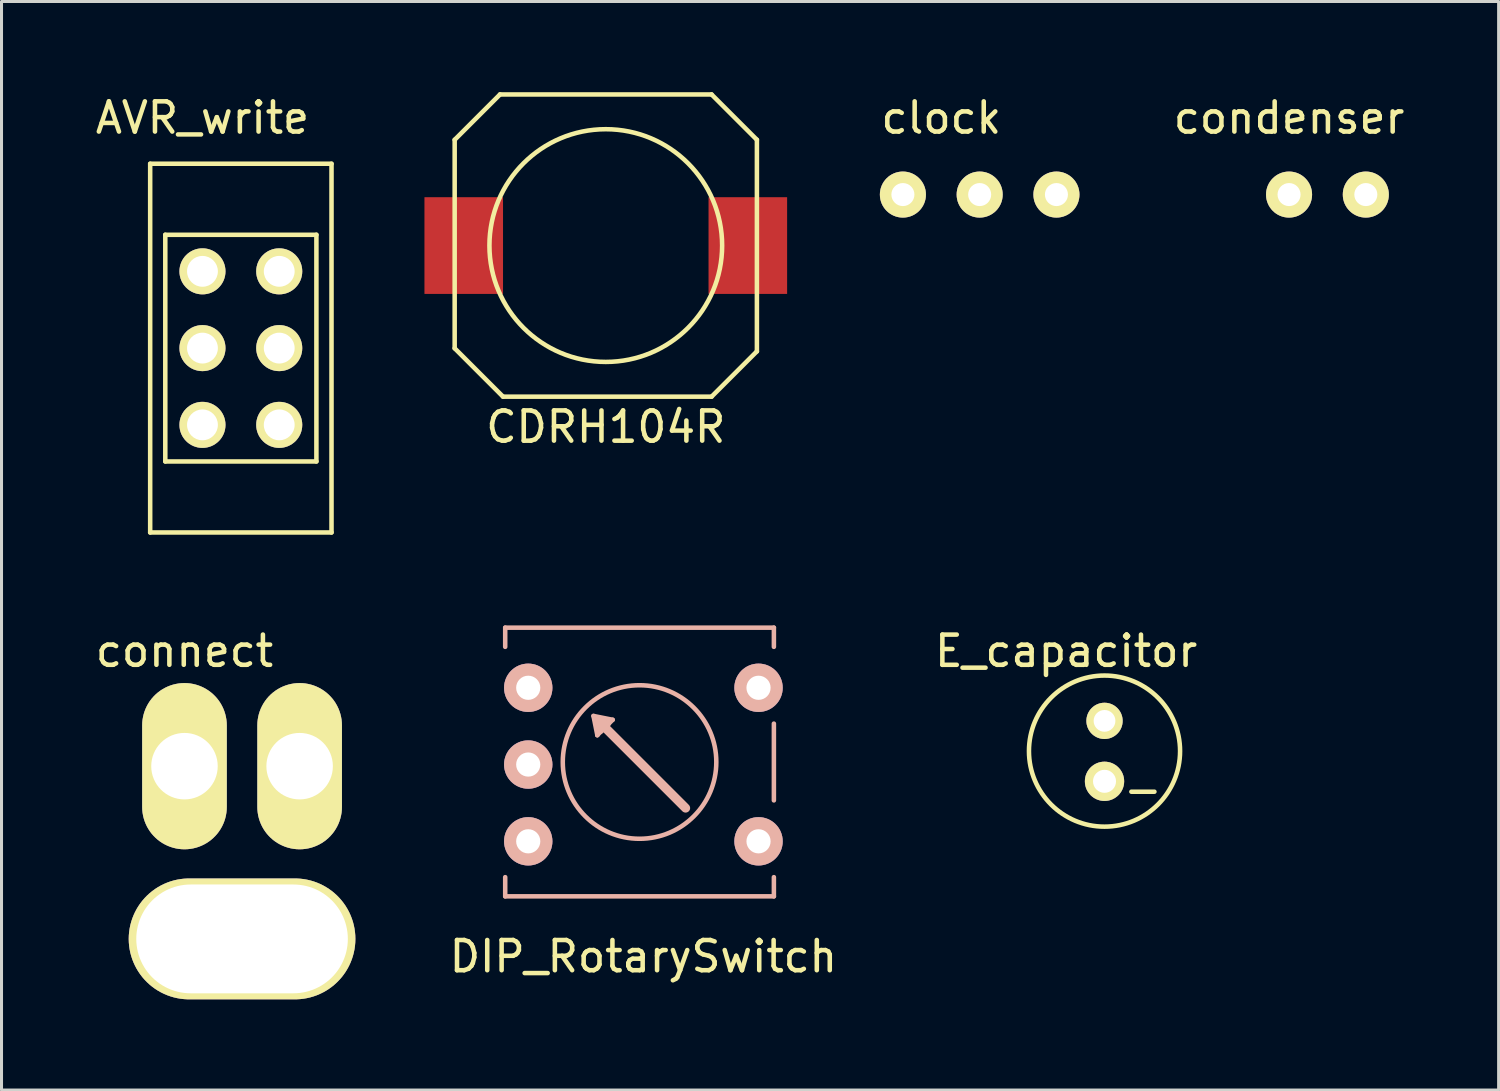
<source format=kicad_pcb>
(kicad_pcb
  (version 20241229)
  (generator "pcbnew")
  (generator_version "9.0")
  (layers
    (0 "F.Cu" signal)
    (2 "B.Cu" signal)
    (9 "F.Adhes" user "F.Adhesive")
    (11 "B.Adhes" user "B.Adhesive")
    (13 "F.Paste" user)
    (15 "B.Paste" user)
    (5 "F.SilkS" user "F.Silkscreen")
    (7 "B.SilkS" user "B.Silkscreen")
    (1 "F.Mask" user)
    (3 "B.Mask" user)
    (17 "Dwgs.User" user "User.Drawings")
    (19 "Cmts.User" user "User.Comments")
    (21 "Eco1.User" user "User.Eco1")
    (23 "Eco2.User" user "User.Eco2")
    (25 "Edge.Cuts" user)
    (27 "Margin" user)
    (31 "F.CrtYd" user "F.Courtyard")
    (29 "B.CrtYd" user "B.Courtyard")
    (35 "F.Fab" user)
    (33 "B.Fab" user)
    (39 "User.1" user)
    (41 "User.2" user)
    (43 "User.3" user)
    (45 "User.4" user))
  (footprint "CDRH104R"
    (layer "F.Cu")
    (at 16.994 5.075)
    (property "Reference" "CDRH104R" (at 0 6 0) (layer "F.SilkS") (effects (font (size 1 1) (thickness 0.15))))
    (attr through_hole)
    (fp_line (start -5 3.4) (end -5 -3.5) (stroke (width 0.15) (type solid)) (layer "F.SilkS"))
    (fp_line (start -3.5 -5) (end -5 -3.5) (stroke (width 0.15) (type solid)) (layer "F.SilkS"))
    (fp_line (start -3.5 -5) (end 3.5 -5) (stroke (width 0.15) (type solid)) (layer "F.SilkS"))
    (fp_line (start -3.4 5) (end -5 3.4) (stroke (width 0.15) (type solid)) (layer "F.SilkS"))
    (fp_line (start 3.5 5) (end -3.4 5) (stroke (width 0.15) (type solid)) (layer "F.SilkS"))
    (fp_line (start 5 -3.5) (end 3.5 -5) (stroke (width 0.15) (type solid)) (layer "F.SilkS"))
    (fp_line (start 5 -3.5) (end 5 3.5) (stroke (width 0.15) (type solid)) (layer "F.SilkS"))
    (fp_line (start 5 3.5) (end 3.5 5) (stroke (width 0.15) (type solid)) (layer "F.SilkS"))
    (fp_circle (center 0 0) (end 0 3.85) (stroke (width 0.15) (type solid)) (fill no) (layer "F.SilkS"))
    (pad "1" smd rect (at -4.7 0) (size 2.6 3.2) (layers "F.Cu" "F.Mask" "F.Paste"))
    (pad "2" smd rect (at 4.7 0) (size 2.6 3.2) (layers "F.Cu" "F.Mask" "F.Paste")))
  (footprint "connect"
    (layer "F.Cu")
    (at 5.594 26.111)
    (property "Reference" "connect" (at -2.54 -7.62 0) (layer "F.SilkS") (effects (font (size 1 1) (thickness 0.15))))
    (attr through_hole)
    (pad "1" thru_hole oval (at -2.54 -3.81) (size 2.8 5.5) (drill 2.2) (layers "*.Cu" "*.Mask" "F.SilkS"))
    (pad "2" thru_hole oval (at 1.27 -3.81) (size 2.8 5.5) (drill 2.2) (layers "*.Cu" "*.Mask" "F.SilkS"))
    (pad "~" thru_hole oval (at -0.635 1.905) (size 7.5 4) (drill oval 7 3.6) (layers "*.Cu" "*.Mask" "F.SilkS")))
  (footprint "AVR_write"
    (layer "F.Cu")
    (at 4.919 8.468)
    (property "Reference" "AVR_write" (at -1.27 -7.62 0) (layer "F.SilkS") (effects (font (size 1 1) (thickness 0.15))))
    (attr through_hole)
    (fp_line (start -3 -6.1) (end 3 -6.1) (stroke (width 0.15) (type solid)) (layer "F.SilkS"))
    (fp_line (start -3 6.1) (end -3 -6.1) (stroke (width 0.15) (type solid)) (layer "F.SilkS"))
    (fp_line (start -2.5 -3.75) (end 2.5 -3.75) (stroke (width 0.15) (type solid)) (layer "F.SilkS"))
    (fp_line (start -2.5 3.75) (end -2.5 -3.75) (stroke (width 0.15) (type solid)) (layer "F.SilkS"))
    (fp_line (start 2.5 -3.75) (end 2.5 3.75) (stroke (width 0.15) (type solid)) (layer "F.SilkS"))
    (fp_line (start 2.5 3.75) (end -2.5 3.75) (stroke (width 0.15) (type solid)) (layer "F.SilkS"))
    (fp_line (start 3 -6.1) (end 3 6.1) (stroke (width 0.15) (type solid)) (layer "F.SilkS"))
    (fp_line (start 3 6.1) (end -3 6.1) (stroke (width 0.15) (type solid)) (layer "F.SilkS"))
    (pad "1" thru_hole circle (at -1.27 -2.54) (size 1.524 1.524) (drill 1.02) (layers "*.Cu" "*.Mask" "F.SilkS"))
    (pad "2" thru_hole circle (at -1.27 0) (size 1.524 1.524) (drill 1.02) (layers "*.Cu" "*.Mask" "F.SilkS"))
    (pad "3" thru_hole circle (at -1.27 2.54) (size 1.524 1.524) (drill 1.02) (layers "*.Cu" "*.Mask" "F.SilkS"))
    (pad "4" thru_hole circle (at 1.27 2.54) (size 1.524 1.524) (drill 1.02) (layers "*.Cu" "*.Mask" "F.SilkS"))
    (pad "5" thru_hole circle (at 1.27 0) (size 1.524 1.524) (drill 1.02) (layers "*.Cu" "*.Mask" "F.SilkS"))
    (pad "6" thru_hole circle (at 1.27 -2.54) (size 1.524 1.524) (drill 1.02) (layers "*.Cu" "*.Mask" "F.SilkS")))
  (footprint "DIP_RotarySwitch"
    (layer "F.Cu")
    (at 18.238 22.247)
    (property "Reference" "DIP_RotarySwitch" (at 0 6.35 0) (layer "F.SilkS") (effects (font (size 1 1) (thickness 0.15))))
    (attr through_hole)
    (fp_line (start -4.572 -4.529) (end -4.572 -3.894) (stroke (width 0.15) (type solid)) (layer "B.SilkS"))
    (fp_line (start -4.572 4.361) (end -4.572 3.726) (stroke (width 0.15) (type solid)) (layer "B.SilkS"))
    (fp_line (start -1.651 -1.608) (end -1.524 -0.973) (stroke (width 0.15) (type solid)) (layer "B.SilkS"))
    (fp_line (start -1.651 -1.608) (end -1.016 -1.481) (stroke (width 0.15) (type solid)) (layer "B.SilkS"))
    (fp_line (start -1.524 -1.354) (end -1.397 -1.1) (stroke (width 0.15) (type solid)) (layer "B.SilkS"))
    (fp_line (start -1.524 -0.973) (end -1.524 -1.354) (stroke (width 0.15) (type solid)) (layer "B.SilkS"))
    (fp_line (start -1.397 -1.1) (end -1.143 -1.354) (stroke (width 0.15) (type solid)) (layer "B.SilkS"))
    (fp_line (start -1.143 -1.354) (end -1.397 -1.481) (stroke (width 0.15) (type solid)) (layer "B.SilkS"))
    (fp_line (start -1.016 -1.481) (end -1.524 -0.973) (stroke (width 0.15) (type solid)) (layer "B.SilkS"))
    (fp_line (start 1.397 1.44) (end -1.524 -1.481) (stroke (width 0.3) (type solid)) (layer "B.SilkS"))
    (fp_line (start 4.318 -4.529) (end -4.572 -4.529) (stroke (width 0.15) (type solid)) (layer "B.SilkS"))
    (fp_line (start 4.318 -3.894) (end 4.318 -4.529) (stroke (width 0.15) (type solid)) (layer "B.SilkS"))
    (fp_line (start 4.318 1.186) (end 4.318 -1.354) (stroke (width 0.15) (type solid)) (layer "B.SilkS"))
    (fp_line (start 4.318 4.361) (end -4.572 4.361) (stroke (width 0.15) (type solid)) (layer "B.SilkS"))
    (fp_line (start 4.318 4.361) (end 4.318 3.726) (stroke (width 0.15) (type solid)) (layer "B.SilkS"))
    (fp_circle (center -0.127 -0.084) (end -0.127 -2.624) (stroke (width 0.15) (type solid)) (fill no) (layer "B.SilkS"))
    (pad "1" thru_hole circle (at 3.81 -2.54 180) (size 1.6 1.6) (drill 0.8) (layers "*.Cu" "*.Mask" "B.SilkS"))
    (pad "3" thru_hole circle (at 3.81 2.54 180) (size 1.6 1.6) (drill 0.8) (layers "*.Cu" "*.Mask" "B.SilkS"))
    (pad "4" thru_hole circle (at -3.81 -2.54 180) (size 1.6 1.6) (drill 0.8) (layers "*.Cu" "*.Mask" "B.SilkS"))
    (pad "5" thru_hole circle (at -3.81 0 180) (size 1.6 1.6) (drill 0.8) (layers "*.Cu" "*.Mask" "B.SilkS"))
    (pad "6" thru_hole circle (at -3.81 2.54 180) (size 1.6 1.6) (drill 0.8) (layers "*.Cu" "*.Mask" "B.SilkS")))
  (footprint "condenser"
    (layer "F.Cu")
    (at 40.872 3.388)
    (property "Reference" "condenser" (at -1.27 -2.54 0) (layer "F.SilkS") (effects (font (size 1 1) (thickness 0.15))))
    (attr through_hole)
    (pad "1" thru_hole circle (at -1.27 0) (size 1.524 1.524) (drill 0.762) (layers "*.Cu" "*.Mask" "F.SilkS"))
    (pad "2" thru_hole circle (at 1.27 0) (size 1.524 1.524) (drill 0.762) (layers "*.Cu" "*.Mask" "F.SilkS")))
  (footprint "clock"
    (layer "F.Cu")
    (at 29.365 3.388)
    (property "Reference" "clock" (at -1.27 -2.54 0) (layer "F.SilkS") (effects (font (size 1 1) (thickness 0.15))))
    (attr through_hole)
    (pad "1" thru_hole circle (at -2.54 0) (size 1.524 1.524) (drill 0.762) (layers "*.Cu" "*.Mask" "F.SilkS"))
    (pad "2" thru_hole circle (at 2.54 0) (size 1.524 1.524) (drill 0.762) (layers "*.Cu" "*.Mask" "F.SilkS"))
    (pad "3" thru_hole circle (at 0 0) (size 1.524 1.524) (drill 0.762) (layers "*.Cu" "*.Mask" "F.SilkS")))
  (footprint "E_capacitor"
    (layer "F.Cu")
    (at 33.496 21.802)
    (property "Reference" "E_capacitor" (at -1.27 -3.31 0) (layer "F.SilkS") (effects (font (size 1 1) (thickness 0.15))))
    (attr through_hole)
    (fp_circle (center 0 0) (end 2.5 0) (stroke (width 0.15) (type solid)) (fill no) (layer "F.SilkS"))
    (fp_text user "-" (at 1.27 1.27 0) (layer "F.SilkS") (effects (font (size 1 1) (thickness 0.15))))
    (pad "1" thru_hole circle (at 0 -1) (size 1.2 1.2) (drill 0.72) (layers "*.Cu" "*.Mask" "F.SilkS"))
    (pad "2" thru_hole circle (at 0 1) (size 1.3 1.3) (drill 0.762) (layers "*.Cu" "*.Mask" "F.SilkS")))
  (gr_rect
    (start -3 -3)
    (end 46.536 33.017)
    (stroke (width 0.1) (type default))
    (fill no)
    (layer "Edge.Cuts")))
</source>
